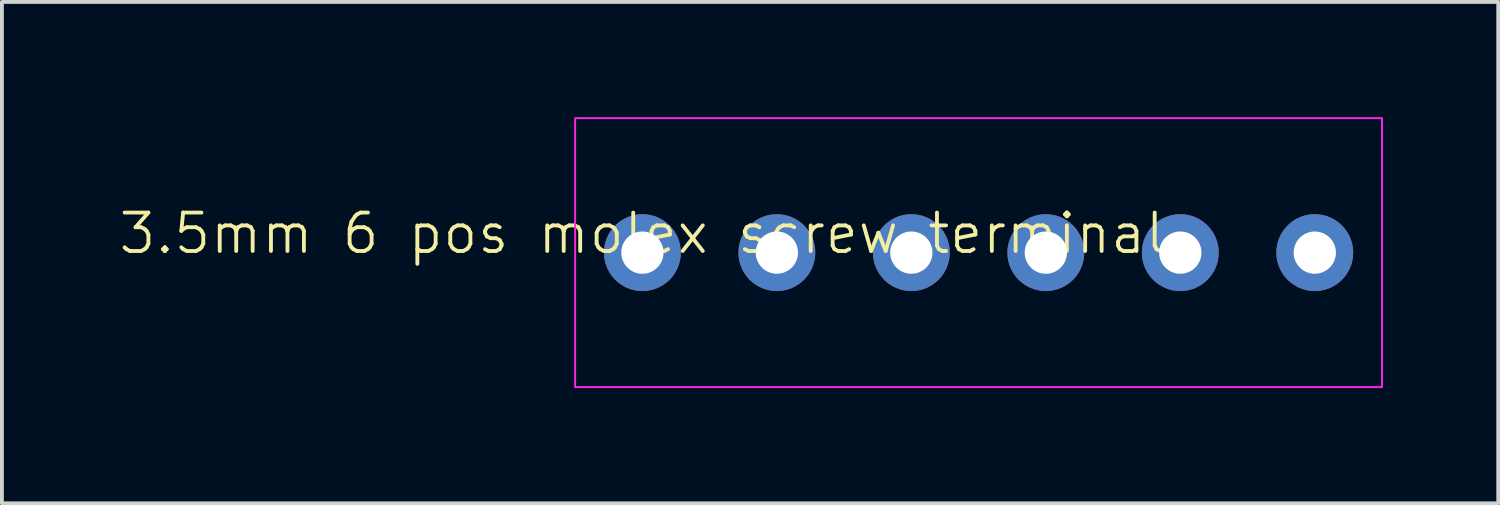
<source format=kicad_pcb>
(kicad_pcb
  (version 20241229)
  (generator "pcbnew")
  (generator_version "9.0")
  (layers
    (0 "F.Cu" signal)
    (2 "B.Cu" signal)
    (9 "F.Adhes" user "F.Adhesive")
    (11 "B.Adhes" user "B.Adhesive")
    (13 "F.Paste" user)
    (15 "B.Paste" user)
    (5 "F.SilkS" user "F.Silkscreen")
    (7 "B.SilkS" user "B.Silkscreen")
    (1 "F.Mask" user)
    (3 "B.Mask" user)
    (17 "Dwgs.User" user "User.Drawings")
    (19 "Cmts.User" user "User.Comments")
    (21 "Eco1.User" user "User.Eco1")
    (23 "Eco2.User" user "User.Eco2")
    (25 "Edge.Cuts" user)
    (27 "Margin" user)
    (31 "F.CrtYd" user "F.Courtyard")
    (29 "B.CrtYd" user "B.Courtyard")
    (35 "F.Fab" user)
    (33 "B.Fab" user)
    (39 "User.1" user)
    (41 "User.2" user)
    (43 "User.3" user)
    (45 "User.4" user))
  (footprint "3.5mm 6 pos molex screw terminal"
    (layer "F.Cu")
    (at 13.669 3.525)
    (property "Reference" "3.5mm 6 pos molex screw terminal" (at 0 -0.5 0) (unlocked yes) (layer "F.SilkS") (effects (font (size 1 1) (thickness 0.1))))
    (attr smd)
    (fp_rect (start -1.75 -3.5) (end 19.25 3.5) (stroke (width 0.05) (type default)) (fill no) (layer "F.CrtYd"))
    (pad "1" thru_hole circle (at 0 0) (size 2 2) (drill 1.1) (layers "*.Cu" "*.Mask"))
    (pad "2" thru_hole circle (at 3.5 0) (size 2 2) (drill 1.1) (layers "*.Cu" "*.Mask"))
    (pad "3" thru_hole circle (at 7 0) (size 2 2) (drill 1.1) (layers "*.Cu" "*.Mask"))
    (pad "4" thru_hole circle (at 10.5 0) (size 2 2) (drill 1.1) (layers "*.Cu" "*.Mask"))
    (pad "5" thru_hole circle (at 14 0) (size 2 2) (drill 1.1) (layers "*.Cu" "*.Mask"))
    (pad "6" thru_hole circle (at 17.5 0) (size 2 2) (drill 1.1) (layers "*.Cu" "*.Mask")))
  (gr_rect
    (start -3 -3)
    (end 35.944 10.05)
    (stroke (width 0.1) (type default))
    (fill no)
    (layer "Edge.Cuts")))
</source>
